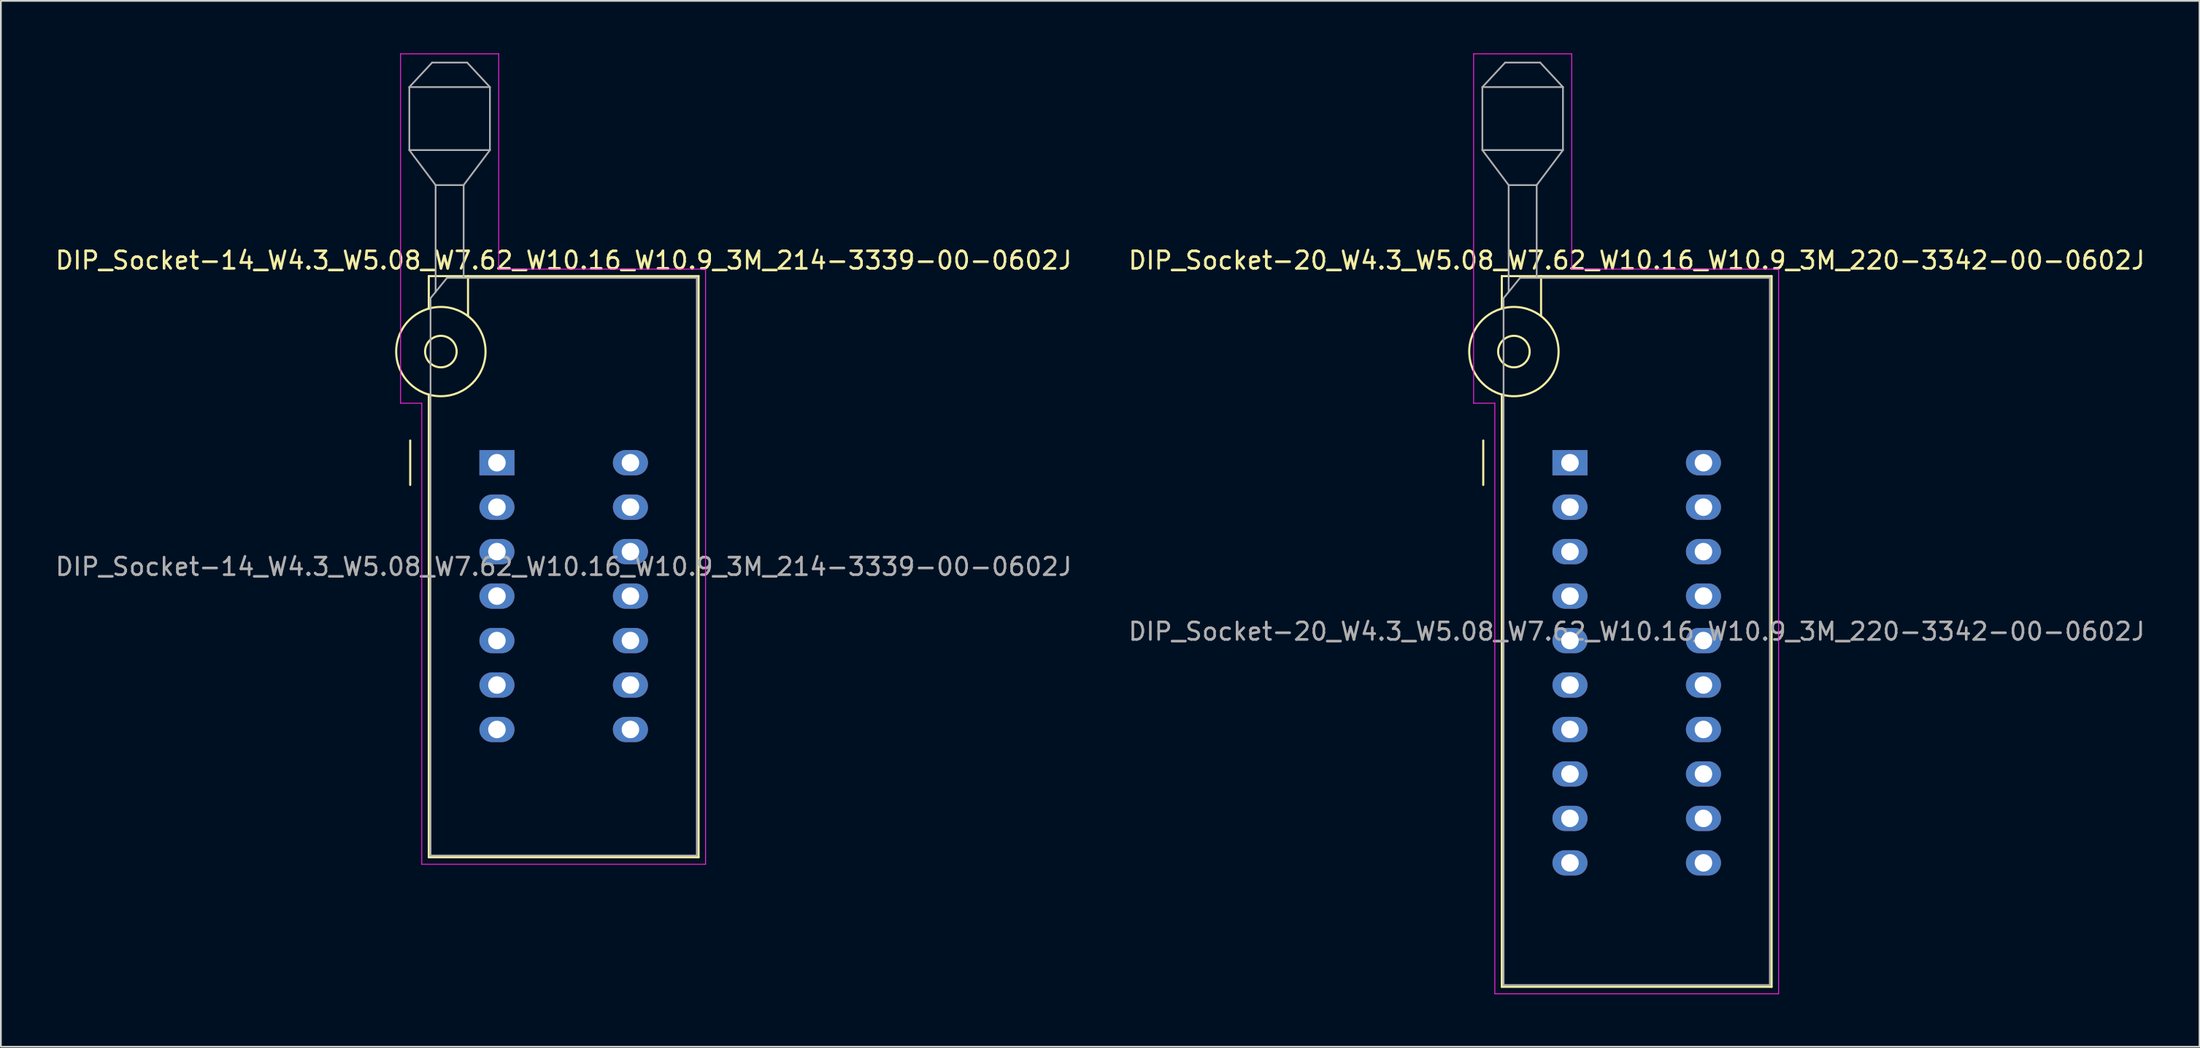
<source format=kicad_pcb>
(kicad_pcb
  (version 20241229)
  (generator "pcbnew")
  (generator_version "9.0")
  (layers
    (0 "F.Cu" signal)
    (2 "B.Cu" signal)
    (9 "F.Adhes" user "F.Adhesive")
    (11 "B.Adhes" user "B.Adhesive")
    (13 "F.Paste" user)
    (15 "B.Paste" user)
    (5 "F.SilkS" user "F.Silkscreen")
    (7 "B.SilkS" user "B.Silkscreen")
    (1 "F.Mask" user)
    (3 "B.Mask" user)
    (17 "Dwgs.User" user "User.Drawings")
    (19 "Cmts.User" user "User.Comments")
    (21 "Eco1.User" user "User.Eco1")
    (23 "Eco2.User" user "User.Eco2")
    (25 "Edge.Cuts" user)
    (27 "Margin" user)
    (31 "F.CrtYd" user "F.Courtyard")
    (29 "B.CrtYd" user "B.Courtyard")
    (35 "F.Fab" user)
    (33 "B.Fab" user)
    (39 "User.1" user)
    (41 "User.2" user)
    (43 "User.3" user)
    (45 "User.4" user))
  (footprint "DIP_Socket-14_W4.3_W5.08_W7.62_W10.16_W10.9_3M_214-3339-00-0602J"
    (layer "F.Cu")
    (at 25.315 23.385)
    (property "Reference" "DIP_Socket-14_W4.3_W5.08_W7.62_W10.16_W10.9_3M_214-3339-00-0602J" (at 3.81 -11.56 0) (layer "F.SilkS") (effects (font (size 1 1) (thickness 0.15))))
    (attr through_hole)
    (fp_line (start -4.95 1.27) (end -4.95 -1.27) (stroke (width 0.12) (type solid)) (layer "F.SilkS"))
    (fp_line (start -3.89 -10.66) (end -3.89 -8.8) (stroke (width 0.12) (type solid)) (layer "F.SilkS"))
    (fp_line (start -3.89 -3.9) (end -3.89 22.54) (stroke (width 0.12) (type solid)) (layer "F.SilkS"))
    (fp_line (start -3.89 22.54) (end 11.51 22.54) (stroke (width 0.12) (type solid)) (layer "F.SilkS"))
    (fp_line (start -1.65 -10.66) (end -1.65 -8.4) (stroke (width 0.12) (type solid)) (layer "F.SilkS"))
    (fp_line (start 11.51 -10.66) (end -3.89 -10.66) (stroke (width 0.12) (type solid)) (layer "F.SilkS"))
    (fp_line (start 11.51 22.54) (end 11.51 -10.66) (stroke (width 0.12) (type solid)) (layer "F.SilkS"))
    (fp_circle (center -3.2 -6.35) (end -2.3 -6.35) (stroke (width 0.12) (type solid)) (fill no) (layer "F.SilkS"))
    (fp_circle (center -3.2 -6.35) (end -0.65 -6.35) (stroke (width 0.12) (type solid)) (fill no) (layer "F.SilkS"))
    (fp_line (start -5.5 -23.36) (end 0.1 -23.36) (stroke (width 0.05) (type solid)) (layer "F.CrtYd"))
    (fp_line (start -5.5 -3.4) (end -5.5 -23.36) (stroke (width 0.05) (type solid)) (layer "F.CrtYd"))
    (fp_line (start -4.29 -3.4) (end -5.5 -3.4) (stroke (width 0.05) (type solid)) (layer "F.CrtYd"))
    (fp_line (start -4.29 22.94) (end -4.29 -3.4) (stroke (width 0.05) (type solid)) (layer "F.CrtYd"))
    (fp_line (start 0.1 -23.36) (end 0.1 -11.06) (stroke (width 0.05) (type solid)) (layer "F.CrtYd"))
    (fp_line (start 0.1 -11.06) (end 11.91 -11.06) (stroke (width 0.05) (type solid)) (layer "F.CrtYd"))
    (fp_line (start 11.91 -11.06) (end 11.91 22.94) (stroke (width 0.05) (type solid)) (layer "F.CrtYd"))
    (fp_line (start 11.91 22.94) (end -4.29 22.94) (stroke (width 0.05) (type solid)) (layer "F.CrtYd"))
    (fp_line (start -5 -21.46) (end -5 -17.86) (stroke (width 0.1) (type solid)) (layer "F.Fab"))
    (fp_line (start -5 -21.46) (end -3.7 -22.86) (stroke (width 0.1) (type solid)) (layer "F.Fab"))
    (fp_line (start -5 -17.86) (end -3.5 -15.86) (stroke (width 0.1) (type solid)) (layer "F.Fab"))
    (fp_line (start -5 -17.86) (end -0.4 -17.86) (stroke (width 0.1) (type solid)) (layer "F.Fab"))
    (fp_line (start -3.79 -9.4) (end -2.85 -10.56) (stroke (width 0.1) (type solid)) (layer "F.Fab"))
    (fp_line (start -3.79 22.44) (end -3.79 -9.4) (stroke (width 0.1) (type solid)) (layer "F.Fab"))
    (fp_line (start -3.7 -22.86) (end -1.7 -22.86) (stroke (width 0.1) (type solid)) (layer "F.Fab"))
    (fp_line (start -3.5 -15.86) (end -1.9 -15.86) (stroke (width 0.1) (type solid)) (layer "F.Fab"))
    (fp_line (start -3.5 -9.75) (end -3.5 -15.86) (stroke (width 0.1) (type solid)) (layer "F.Fab"))
    (fp_line (start -2.85 -10.56) (end 11.41 -10.56) (stroke (width 0.1) (type solid)) (layer "F.Fab"))
    (fp_line (start -1.9 -15.86) (end -1.9 -10.56) (stroke (width 0.1) (type solid)) (layer "F.Fab"))
    (fp_line (start -1.7 -22.86) (end -0.4 -21.46) (stroke (width 0.1) (type solid)) (layer "F.Fab"))
    (fp_line (start -0.4 -21.46) (end -5 -21.46) (stroke (width 0.1) (type solid)) (layer "F.Fab"))
    (fp_line (start -0.4 -17.86) (end -1.9 -15.86) (stroke (width 0.1) (type solid)) (layer "F.Fab"))
    (fp_line (start -0.4 -17.86) (end -0.4 -21.46) (stroke (width 0.1) (type solid)) (layer "F.Fab"))
    (fp_line (start 11.41 -10.56) (end 11.41 22.44) (stroke (width 0.1) (type solid)) (layer "F.Fab"))
    (fp_line (start 11.41 22.44) (end -3.79 22.44) (stroke (width 0.1) (type solid)) (layer "F.Fab"))
    (fp_text user "${REFERENCE}" (at 3.81 5.94 0) (layer "F.Fab") (effects (font (size 1 1) (thickness 0.15))))
    (pad "1" thru_hole rect (at 0 0) (size 2 1.44) (drill 1) (layers "*.Cu" "*.Mask"))
    (pad "2" thru_hole oval (at 0 2.54) (size 2 1.44) (drill 1) (layers "*.Cu" "*.Mask"))
    (pad "3" thru_hole oval (at 0 5.08) (size 2 1.44) (drill 1) (layers "*.Cu" "*.Mask"))
    (pad "4" thru_hole oval (at 0 7.62) (size 2 1.44) (drill 1) (layers "*.Cu" "*.Mask"))
    (pad "5" thru_hole oval (at 0 10.16) (size 2 1.44) (drill 1) (layers "*.Cu" "*.Mask"))
    (pad "6" thru_hole oval (at 0 12.7) (size 2 1.44) (drill 1) (layers "*.Cu" "*.Mask"))
    (pad "7" thru_hole oval (at 0 15.24) (size 2 1.44) (drill 1) (layers "*.Cu" "*.Mask"))
    (pad "8" thru_hole oval (at 7.62 15.24) (size 2 1.44) (drill 1) (layers "*.Cu" "*.Mask"))
    (pad "9" thru_hole oval (at 7.62 12.7) (size 2 1.44) (drill 1) (layers "*.Cu" "*.Mask"))
    (pad "10" thru_hole oval (at 7.62 10.16) (size 2 1.44) (drill 1) (layers "*.Cu" "*.Mask"))
    (pad "11" thru_hole oval (at 7.62 7.62) (size 2 1.44) (drill 1) (layers "*.Cu" "*.Mask"))
    (pad "12" thru_hole oval (at 7.62 5.08) (size 2 1.44) (drill 1) (layers "*.Cu" "*.Mask"))
    (pad "13" thru_hole oval (at 7.62 2.54) (size 2 1.44) (drill 1) (layers "*.Cu" "*.Mask"))
    (pad "14" thru_hole oval (at 7.62 0) (size 2 1.44) (drill 1) (layers "*.Cu" "*.Mask")))
  (footprint "DIP_Socket-20_W4.3_W5.08_W7.62_W10.16_W10.9_3M_220-3342-00-0602J"
    (layer "F.Cu")
    (at 86.565 23.385)
    (property "Reference" "DIP_Socket-20_W4.3_W5.08_W7.62_W10.16_W10.9_3M_220-3342-00-0602J" (at 3.81 -11.56 0) (layer "F.SilkS") (effects (font (size 1 1) (thickness 0.15))))
    (attr through_hole)
    (fp_line (start -4.95 1.27) (end -4.95 -1.27) (stroke (width 0.12) (type solid)) (layer "F.SilkS"))
    (fp_line (start -3.89 -10.66) (end -3.89 -8.8) (stroke (width 0.12) (type solid)) (layer "F.SilkS"))
    (fp_line (start -3.89 -3.9) (end -3.89 29.94) (stroke (width 0.12) (type solid)) (layer "F.SilkS"))
    (fp_line (start -3.89 29.94) (end 11.51 29.94) (stroke (width 0.12) (type solid)) (layer "F.SilkS"))
    (fp_line (start -1.65 -10.66) (end -1.65 -8.4) (stroke (width 0.12) (type solid)) (layer "F.SilkS"))
    (fp_line (start 11.51 -10.66) (end -3.89 -10.66) (stroke (width 0.12) (type solid)) (layer "F.SilkS"))
    (fp_line (start 11.51 29.94) (end 11.51 -10.66) (stroke (width 0.12) (type solid)) (layer "F.SilkS"))
    (fp_circle (center -3.2 -6.35) (end -2.3 -6.35) (stroke (width 0.12) (type solid)) (fill no) (layer "F.SilkS"))
    (fp_circle (center -3.2 -6.35) (end -0.65 -6.35) (stroke (width 0.12) (type solid)) (fill no) (layer "F.SilkS"))
    (fp_line (start -5.5 -23.36) (end 0.1 -23.36) (stroke (width 0.05) (type solid)) (layer "F.CrtYd"))
    (fp_line (start -5.5 -3.4) (end -5.5 -23.36) (stroke (width 0.05) (type solid)) (layer "F.CrtYd"))
    (fp_line (start -4.29 -3.4) (end -5.5 -3.4) (stroke (width 0.05) (type solid)) (layer "F.CrtYd"))
    (fp_line (start -4.29 30.34) (end -4.29 -3.4) (stroke (width 0.05) (type solid)) (layer "F.CrtYd"))
    (fp_line (start 0.1 -23.36) (end 0.1 -11.06) (stroke (width 0.05) (type solid)) (layer "F.CrtYd"))
    (fp_line (start 0.1 -11.06) (end 11.91 -11.06) (stroke (width 0.05) (type solid)) (layer "F.CrtYd"))
    (fp_line (start 11.91 -11.06) (end 11.91 30.34) (stroke (width 0.05) (type solid)) (layer "F.CrtYd"))
    (fp_line (start 11.91 30.34) (end -4.29 30.34) (stroke (width 0.05) (type solid)) (layer "F.CrtYd"))
    (fp_line (start -5 -21.46) (end -5 -17.86) (stroke (width 0.1) (type solid)) (layer "F.Fab"))
    (fp_line (start -5 -21.46) (end -3.7 -22.86) (stroke (width 0.1) (type solid)) (layer "F.Fab"))
    (fp_line (start -5 -17.86) (end -3.5 -15.86) (stroke (width 0.1) (type solid)) (layer "F.Fab"))
    (fp_line (start -5 -17.86) (end -0.4 -17.86) (stroke (width 0.1) (type solid)) (layer "F.Fab"))
    (fp_line (start -3.79 -9.4) (end -2.85 -10.56) (stroke (width 0.1) (type solid)) (layer "F.Fab"))
    (fp_line (start -3.79 29.84) (end -3.79 -9.4) (stroke (width 0.1) (type solid)) (layer "F.Fab"))
    (fp_line (start -3.7 -22.86) (end -1.7 -22.86) (stroke (width 0.1) (type solid)) (layer "F.Fab"))
    (fp_line (start -3.5 -15.86) (end -1.9 -15.86) (stroke (width 0.1) (type solid)) (layer "F.Fab"))
    (fp_line (start -3.5 -9.75) (end -3.5 -15.86) (stroke (width 0.1) (type solid)) (layer "F.Fab"))
    (fp_line (start -2.85 -10.56) (end 11.41 -10.56) (stroke (width 0.1) (type solid)) (layer "F.Fab"))
    (fp_line (start -1.9 -15.86) (end -1.9 -10.56) (stroke (width 0.1) (type solid)) (layer "F.Fab"))
    (fp_line (start -1.7 -22.86) (end -0.4 -21.46) (stroke (width 0.1) (type solid)) (layer "F.Fab"))
    (fp_line (start -0.4 -21.46) (end -5 -21.46) (stroke (width 0.1) (type solid)) (layer "F.Fab"))
    (fp_line (start -0.4 -17.86) (end -1.9 -15.86) (stroke (width 0.1) (type solid)) (layer "F.Fab"))
    (fp_line (start -0.4 -17.86) (end -0.4 -21.46) (stroke (width 0.1) (type solid)) (layer "F.Fab"))
    (fp_line (start 11.41 -10.56) (end 11.41 29.84) (stroke (width 0.1) (type solid)) (layer "F.Fab"))
    (fp_line (start 11.41 29.84) (end -3.79 29.84) (stroke (width 0.1) (type solid)) (layer "F.Fab"))
    (fp_text user "${REFERENCE}" (at 3.81 9.64 0) (layer "F.Fab") (effects (font (size 1 1) (thickness 0.15))))
    (pad "1" thru_hole rect (at 0 0) (size 2 1.44) (drill 1) (layers "*.Cu" "*.Mask"))
    (pad "2" thru_hole oval (at 0 2.54) (size 2 1.44) (drill 1) (layers "*.Cu" "*.Mask"))
    (pad "3" thru_hole oval (at 0 5.08) (size 2 1.44) (drill 1) (layers "*.Cu" "*.Mask"))
    (pad "4" thru_hole oval (at 0 7.62) (size 2 1.44) (drill 1) (layers "*.Cu" "*.Mask"))
    (pad "5" thru_hole oval (at 0 10.16) (size 2 1.44) (drill 1) (layers "*.Cu" "*.Mask"))
    (pad "6" thru_hole oval (at 0 12.7) (size 2 1.44) (drill 1) (layers "*.Cu" "*.Mask"))
    (pad "7" thru_hole oval (at 0 15.24) (size 2 1.44) (drill 1) (layers "*.Cu" "*.Mask"))
    (pad "8" thru_hole oval (at 0 17.78) (size 2 1.44) (drill 1) (layers "*.Cu" "*.Mask"))
    (pad "9" thru_hole oval (at 0 20.32) (size 2 1.44) (drill 1) (layers "*.Cu" "*.Mask"))
    (pad "10" thru_hole oval (at 0 22.86) (size 2 1.44) (drill 1) (layers "*.Cu" "*.Mask"))
    (pad "11" thru_hole oval (at 7.62 22.86) (size 2 1.44) (drill 1) (layers "*.Cu" "*.Mask"))
    (pad "12" thru_hole oval (at 7.62 20.32) (size 2 1.44) (drill 1) (layers "*.Cu" "*.Mask"))
    (pad "13" thru_hole oval (at 7.62 17.78) (size 2 1.44) (drill 1) (layers "*.Cu" "*.Mask"))
    (pad "14" thru_hole oval (at 7.62 15.24) (size 2 1.44) (drill 1) (layers "*.Cu" "*.Mask"))
    (pad "15" thru_hole oval (at 7.62 12.7) (size 2 1.44) (drill 1) (layers "*.Cu" "*.Mask"))
    (pad "16" thru_hole oval (at 7.62 10.16) (size 2 1.44) (drill 1) (layers "*.Cu" "*.Mask"))
    (pad "17" thru_hole oval (at 7.62 7.62) (size 2 1.44) (drill 1) (layers "*.Cu" "*.Mask"))
    (pad "18" thru_hole oval (at 7.62 5.08) (size 2 1.44) (drill 1) (layers "*.Cu" "*.Mask"))
    (pad "19" thru_hole oval (at 7.62 2.54) (size 2 1.44) (drill 1) (layers "*.Cu" "*.Mask"))
    (pad "20" thru_hole oval (at 7.62 0) (size 2 1.44) (drill 1) (layers "*.Cu" "*.Mask")))
  (gr_rect
    (start -3 -3)
    (end 122.5 56.75)
    (stroke (width 0.1) (type default))
    (fill no)
    (layer "Edge.Cuts")))
</source>
